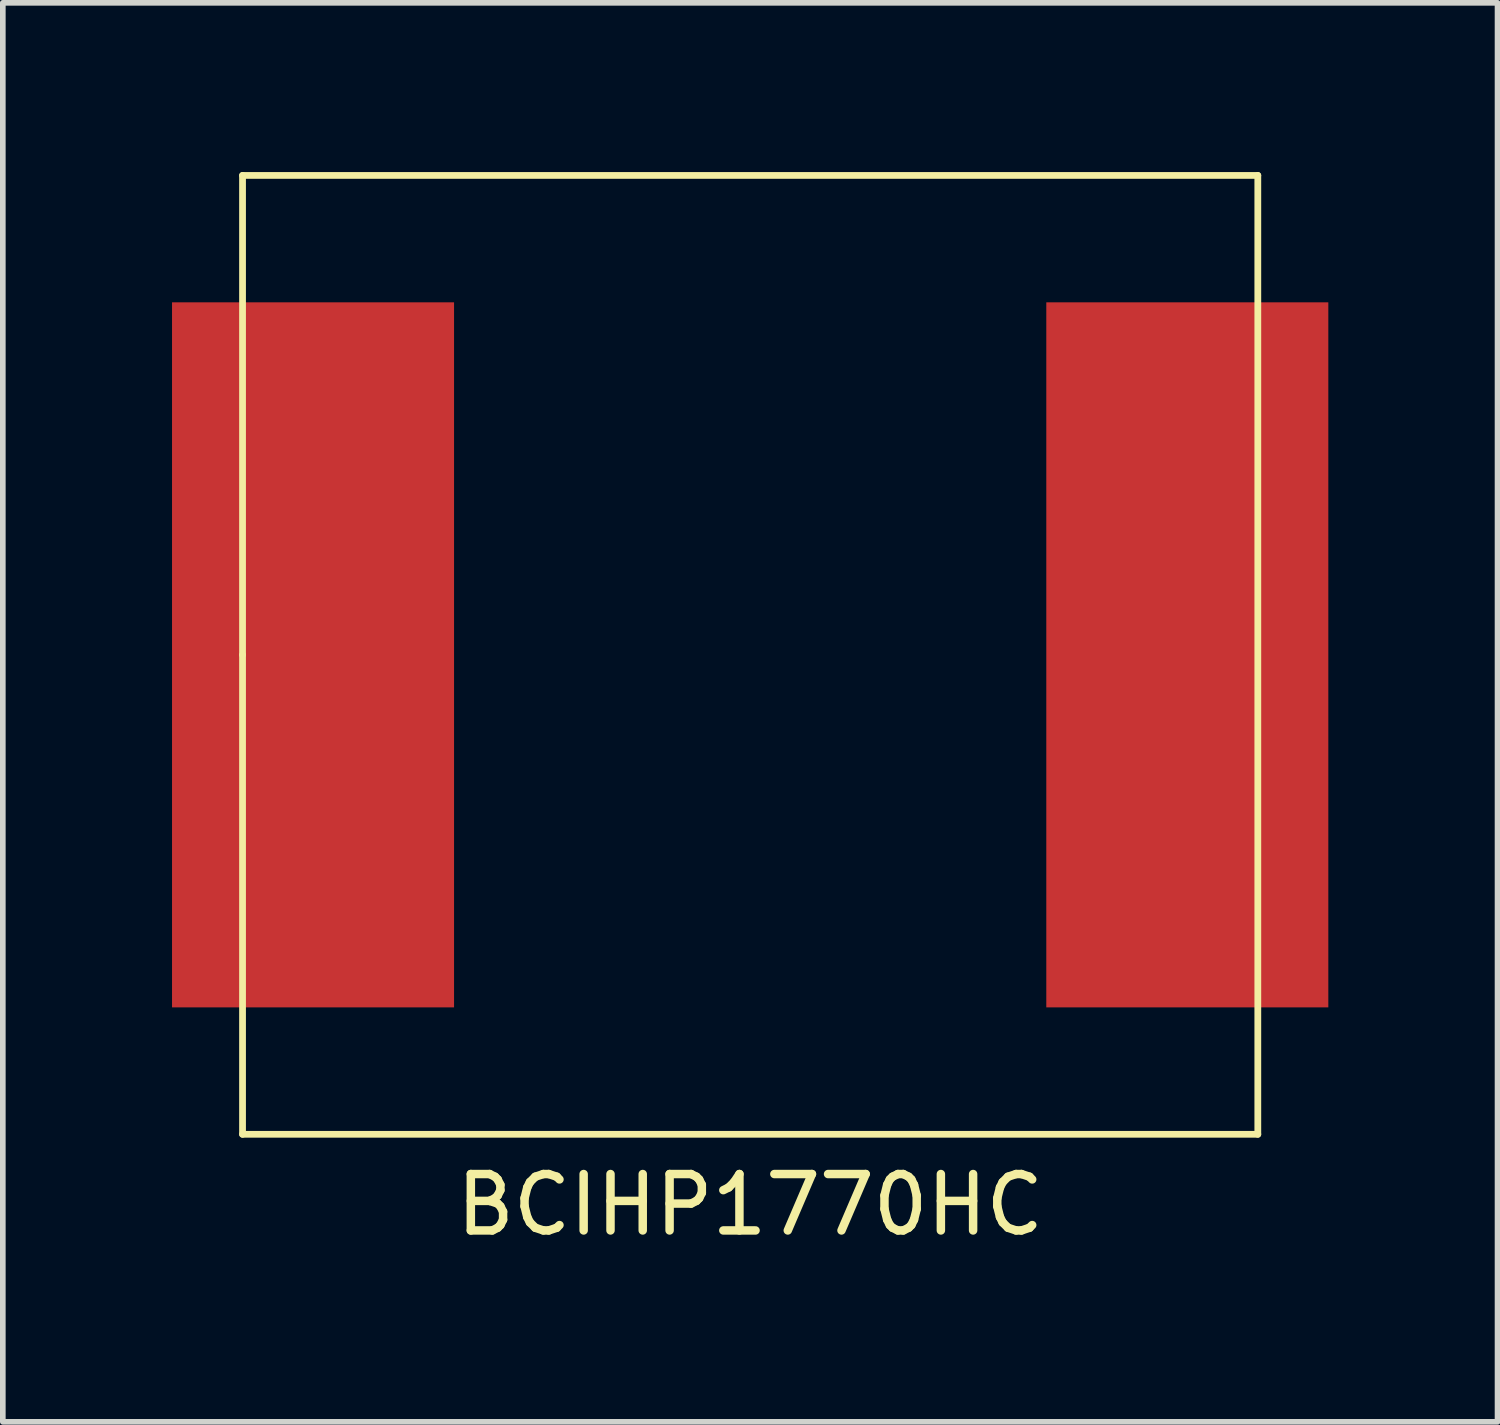
<source format=kicad_pcb>
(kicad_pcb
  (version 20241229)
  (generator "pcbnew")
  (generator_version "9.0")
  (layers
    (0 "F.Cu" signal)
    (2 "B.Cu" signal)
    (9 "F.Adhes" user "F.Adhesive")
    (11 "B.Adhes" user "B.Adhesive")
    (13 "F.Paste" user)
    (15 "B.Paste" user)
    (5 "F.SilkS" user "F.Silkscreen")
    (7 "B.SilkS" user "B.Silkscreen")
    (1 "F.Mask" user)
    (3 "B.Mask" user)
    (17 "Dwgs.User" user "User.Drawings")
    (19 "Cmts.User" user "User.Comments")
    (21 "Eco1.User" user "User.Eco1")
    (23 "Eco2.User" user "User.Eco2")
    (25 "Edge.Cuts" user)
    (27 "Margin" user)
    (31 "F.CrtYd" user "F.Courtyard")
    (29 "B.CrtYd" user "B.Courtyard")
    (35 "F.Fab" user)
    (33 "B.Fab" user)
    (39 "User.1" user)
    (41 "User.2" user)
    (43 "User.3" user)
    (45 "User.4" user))
  (footprint "BCIHP1770HC"
    (layer "F.Cu")
    (at 10.25 8.56)
    (property "Reference" "BCIHP1770HC" (at 0 9.75 0) (layer "F.SilkS") (effects (font (size 1 1) (thickness 0.15))))
    (attr through_hole)
    (fp_line (start -9 -8.5) (end 9 -8.5) (stroke (width 0.12) (type solid)) (layer "F.SilkS"))
    (fp_line (start -9 0) (end -9 -8.5) (stroke (width 0.12) (type solid)) (layer "F.SilkS"))
    (fp_line (start -9 8.5) (end -9 0) (stroke (width 0.12) (type solid)) (layer "F.SilkS"))
    (fp_line (start 9 -8.5) (end 9 8.5) (stroke (width 0.12) (type solid)) (layer "F.SilkS"))
    (fp_line (start 9 8.5) (end -9 8.5) (stroke (width 0.12) (type solid)) (layer "F.SilkS"))
    (pad "1" smd rect (at -7.75 0) (size 5 12.5) (layers "F.Cu" "F.Mask" "F.Paste"))
    (pad "2" smd rect (at 7.75 0) (size 5 12.5) (layers "F.Cu" "F.Mask" "F.Paste")))
  (gr_rect
    (start -3 -3)
    (end 23.5 22.158)
    (stroke (width 0.1) (type default))
    (fill no)
    (layer "Edge.Cuts")))
</source>
